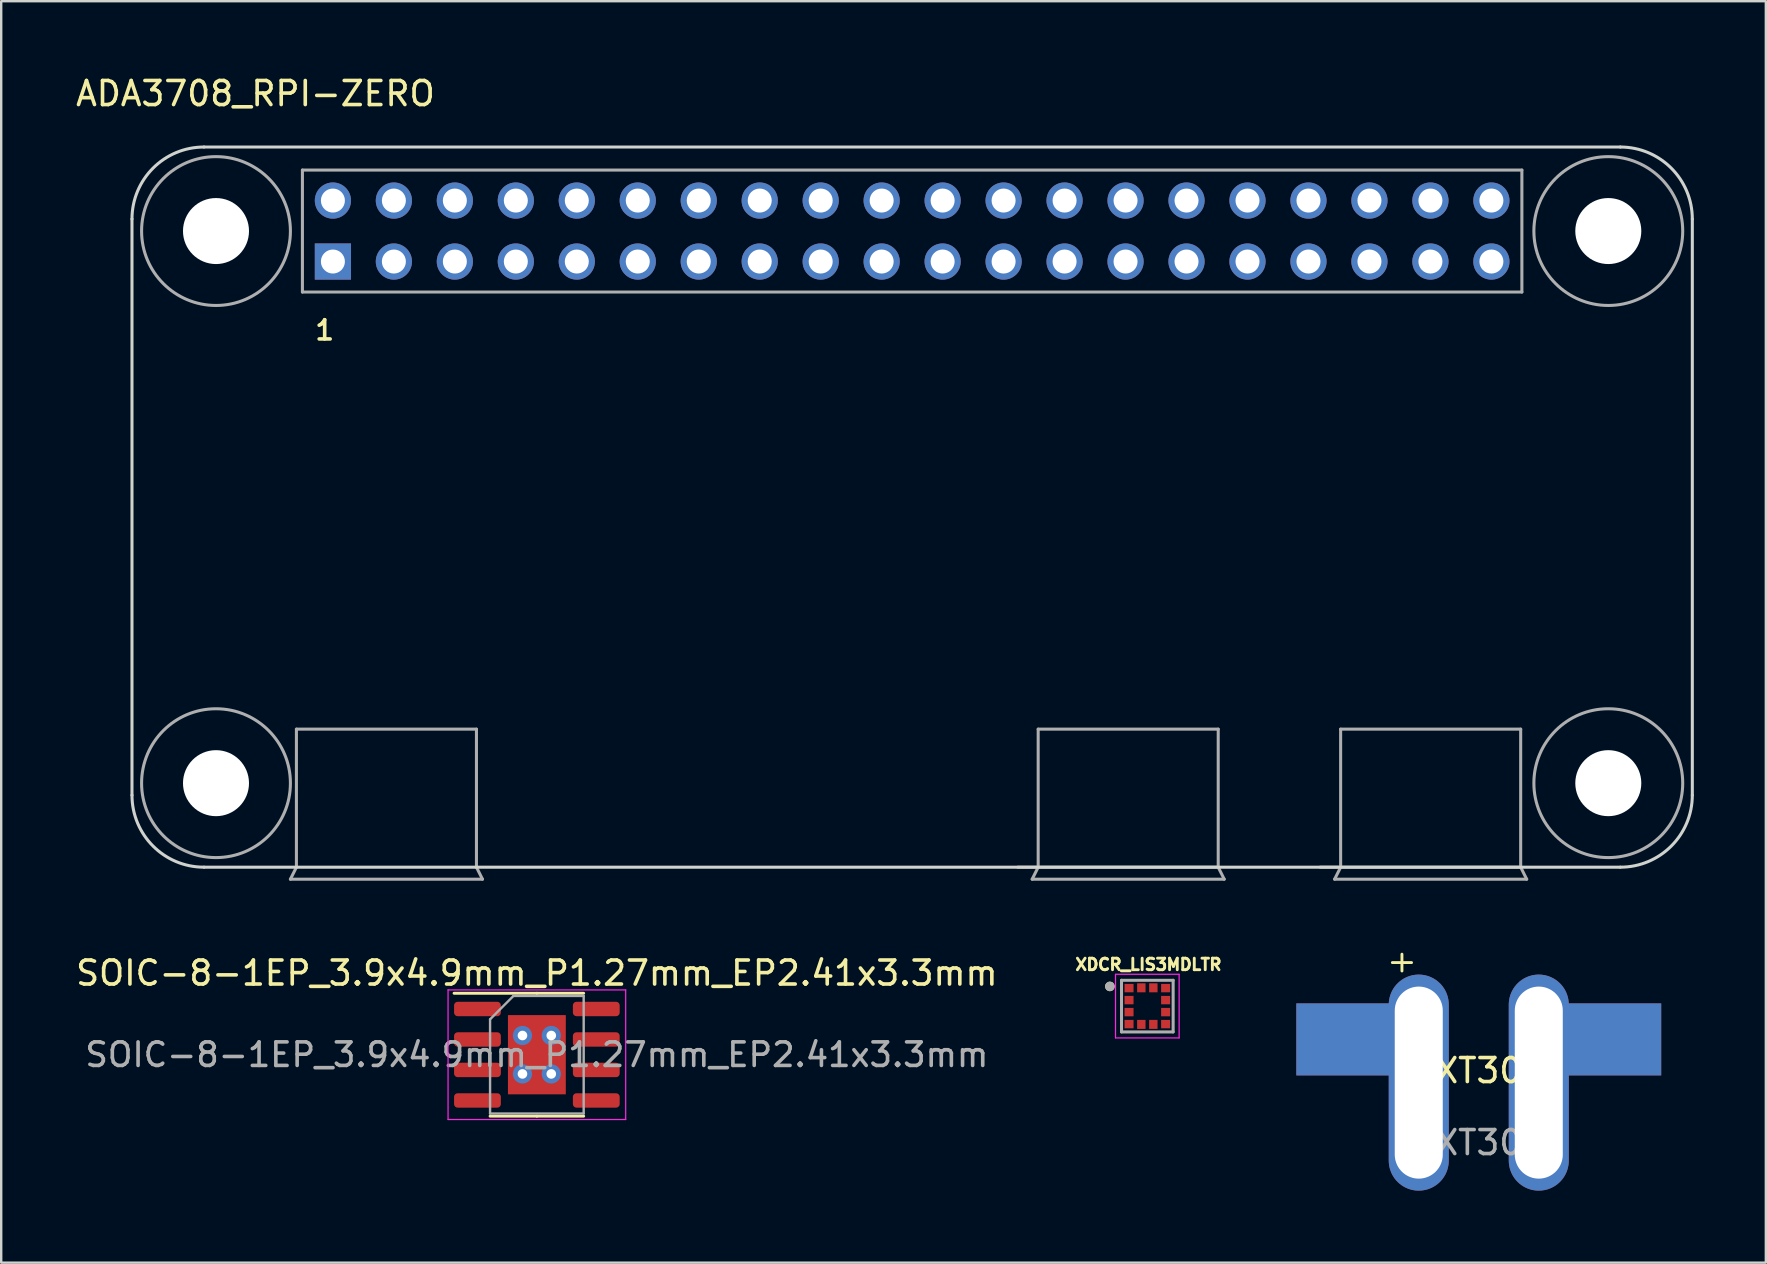
<source format=kicad_pcb>
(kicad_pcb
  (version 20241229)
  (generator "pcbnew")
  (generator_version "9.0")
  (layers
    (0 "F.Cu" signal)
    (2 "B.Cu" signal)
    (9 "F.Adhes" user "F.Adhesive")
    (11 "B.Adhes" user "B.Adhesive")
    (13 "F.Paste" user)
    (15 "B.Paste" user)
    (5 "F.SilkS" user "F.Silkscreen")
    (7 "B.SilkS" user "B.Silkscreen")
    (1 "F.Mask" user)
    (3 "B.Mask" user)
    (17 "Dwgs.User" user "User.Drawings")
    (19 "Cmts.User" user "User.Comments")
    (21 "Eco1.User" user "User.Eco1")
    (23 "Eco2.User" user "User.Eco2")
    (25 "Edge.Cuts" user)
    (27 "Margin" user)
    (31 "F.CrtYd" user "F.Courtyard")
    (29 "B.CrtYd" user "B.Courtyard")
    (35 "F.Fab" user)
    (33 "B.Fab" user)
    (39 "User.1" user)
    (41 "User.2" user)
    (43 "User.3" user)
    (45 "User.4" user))
  (footprint "XDCR_LIS3MDLTR"
    (layer "F.Cu")
    (at 44.745 38.862)
    (property "Reference" "XDCR_LIS3MDLTR" (at 0.047 -1.732 0) (layer "F.SilkS") (effects (font (size 0.48 0.48) (thickness 0.15))))
    (attr through_hole)
    (fp_poly (pts (xy -1 -0.975) (xy -0.525 -0.975) (xy -0.525 -0.525) (xy -1 -0.525)) (stroke (width 0.01) (type solid)) (fill yes) (layer "F.Mask"))
    (fp_poly (pts (xy -1 -0.475) (xy -0.525 -0.475) (xy -0.525 -0.025) (xy -1 -0.025)) (stroke (width 0.01) (type solid)) (fill yes) (layer "F.Mask"))
    (fp_poly (pts (xy -1 0.025) (xy -0.525 0.025) (xy -0.525 0.475) (xy -1 0.475)) (stroke (width 0.01) (type solid)) (fill yes) (layer "F.Mask"))
    (fp_poly (pts (xy -1 0.525) (xy -0.525 0.525) (xy -0.525 0.975) (xy -1 0.975)) (stroke (width 0.01) (type solid)) (fill yes) (layer "F.Mask"))
    (fp_poly (pts (xy -0.475 -1) (xy -0.025 -1) (xy -0.025 -0.525) (xy -0.475 -0.525)) (stroke (width 0.01) (type solid)) (fill yes) (layer "F.Mask"))
    (fp_poly (pts (xy -0.475 0.525) (xy -0.025 0.525) (xy -0.025 1) (xy -0.475 1)) (stroke (width 0.01) (type solid)) (fill yes) (layer "F.Mask"))
    (fp_poly (pts (xy 0.025 -1) (xy 0.475 -1) (xy 0.475 -0.525) (xy 0.025 -0.525)) (stroke (width 0.01) (type solid)) (fill yes) (layer "F.Mask"))
    (fp_poly (pts (xy 0.025 0.525) (xy 0.475 0.525) (xy 0.475 1) (xy 0.025 1)) (stroke (width 0.01) (type solid)) (fill yes) (layer "F.Mask"))
    (fp_poly (pts (xy 0.525 -0.975) (xy 1 -0.975) (xy 1 -0.525) (xy 0.525 -0.525)) (stroke (width 0.01) (type solid)) (fill yes) (layer "F.Mask"))
    (fp_poly (pts (xy 0.525 -0.475) (xy 1 -0.475) (xy 1 -0.025) (xy 0.525 -0.025)) (stroke (width 0.01) (type solid)) (fill yes) (layer "F.Mask"))
    (fp_poly (pts (xy 0.525 0.025) (xy 1 0.025) (xy 1 0.475) (xy 0.525 0.475)) (stroke (width 0.01) (type solid)) (fill yes) (layer "F.Mask"))
    (fp_poly (pts (xy 0.525 0.525) (xy 1 0.525) (xy 1 0.975) (xy 0.525 0.975)) (stroke (width 0.01) (type solid)) (fill yes) (layer "F.Mask"))
    (fp_circle (center -1.56 -0.82) (end -1.46 -0.82) (stroke (width 0.2) (type solid)) (fill no) (layer "F.SilkS"))
    (fp_line (start -1.325 -1.325) (end -1.325 1.325) (stroke (width 0.05) (type solid)) (layer "F.CrtYd"))
    (fp_line (start -1.325 1.325) (end 1.325 1.325) (stroke (width 0.05) (type solid)) (layer "F.CrtYd"))
    (fp_line (start 1.325 -1.325) (end -1.325 -1.325) (stroke (width 0.05) (type solid)) (layer "F.CrtYd"))
    (fp_line (start 1.325 1.325) (end 1.325 -1.325) (stroke (width 0.05) (type solid)) (layer "F.CrtYd"))
    (fp_line (start -1.075 -1.075) (end -1.075 1.075) (stroke (width 0.127) (type solid)) (layer "F.Fab"))
    (fp_line (start -1.075 1.075) (end 1.075 1.075) (stroke (width 0.127) (type solid)) (layer "F.Fab"))
    (fp_line (start 1.075 -1.075) (end -1.075 -1.075) (stroke (width 0.127) (type solid)) (layer "F.Fab"))
    (fp_line (start 1.075 1.075) (end 1.075 -1.075) (stroke (width 0.127) (type solid)) (layer "F.Fab"))
    (fp_circle (center -1.56 -0.82) (end -1.46 -0.82) (stroke (width 0.2) (type solid)) (fill no) (layer "F.Fab"))
    (pad "1" smd rect (at -0.762 -0.75) (size 0.375 0.35) (layers "F.Cu" "F.Paste"))
    (pad "2" smd rect (at -0.762 -0.25) (size 0.375 0.35) (layers "F.Cu" "F.Paste"))
    (pad "3" smd rect (at -0.762 0.25) (size 0.375 0.35) (layers "F.Cu" "F.Paste"))
    (pad "4" smd rect (at -0.762 0.75) (size 0.375 0.35) (layers "F.Cu" "F.Paste"))
    (pad "5" smd rect (at -0.25 0.762 90) (size 0.375 0.35) (layers "F.Cu" "F.Paste"))
    (pad "6" smd rect (at 0.25 0.762 90) (size 0.375 0.35) (layers "F.Cu" "F.Paste"))
    (pad "7" smd rect (at 0.762 0.75 180) (size 0.375 0.35) (layers "F.Cu" "F.Paste"))
    (pad "8" smd rect (at 0.762 0.25 180) (size 0.375 0.35) (layers "F.Cu" "F.Paste"))
    (pad "9" smd rect (at 0.762 -0.25 180) (size 0.375 0.35) (layers "F.Cu" "F.Paste"))
    (pad "10" smd rect (at 0.762 -0.75 180) (size 0.375 0.35) (layers "F.Cu" "F.Paste"))
    (pad "11" smd rect (at 0.25 -0.762 270) (size 0.375 0.35) (layers "F.Cu" "F.Paste"))
    (pad "12" smd rect (at -0.25 -0.762 270) (size 0.375 0.35) (layers "F.Cu" "F.Paste")))
  (footprint "ADA3708_RPI-ZERO"
    (layer "F.Cu")
    (at 34.948 6.575)
    (property "Reference" "ADA3708_RPI-ZERO" (at -27.357 -5.726 0) (layer "F.SilkS") (effects (font (size 1.002 1.002) (thickness 0.15))))
    (attr through_hole)
    (fp_line (start -32.5 -0.5) (end -32.5 23.5) (stroke (width 0.127) (type solid)) (layer "Edge.Cuts"))
    (fp_line (start -29.5 26.5) (end 29.5 26.5) (stroke (width 0.127) (type solid)) (layer "Edge.Cuts"))
    (fp_line (start 29.5 -3.5) (end -29.5 -3.5) (stroke (width 0.127) (type solid)) (layer "Edge.Cuts"))
    (fp_line (start 32.5 23.5) (end 32.5 -0.5) (stroke (width 0.127) (type solid)) (layer "Edge.Cuts"))
    (fp_arc (start -32.5 -0.5) (mid -31.62132 -2.62132) (end -29.5 -3.5) (stroke (width 0.127) (type solid)) (layer "Edge.Cuts"))
    (fp_arc (start -29.5 26.5) (mid -31.62132 25.62132) (end -32.5 23.5) (stroke (width 0.127) (type solid)) (layer "Edge.Cuts"))
    (fp_arc (start 29.5 -3.5) (mid 31.62132 -2.62132) (end 32.5 -0.5) (stroke (width 0.127) (type solid)) (layer "Edge.Cuts"))
    (fp_arc (start 32.5 23.5) (mid 31.62132 25.62132) (end 29.5 26.5) (stroke (width 0.127) (type solid)) (layer "Edge.Cuts"))
    (fp_line (start -25.9 27) (end -17.9 27) (stroke (width 0.127) (type solid)) (layer "F.Fab"))
    (fp_line (start -25.65 20.75) (end -18.15 20.75) (stroke (width 0.127) (type solid)) (layer "F.Fab"))
    (fp_line (start -25.65 26.5) (end -25.9 27) (stroke (width 0.127) (type solid)) (layer "F.Fab"))
    (fp_line (start -25.65 26.5) (end -25.65 20.75) (stroke (width 0.127) (type solid)) (layer "F.Fab"))
    (fp_line (start -25.4 -2.54) (end -25.4 2.54) (stroke (width 0.127) (type solid)) (layer "F.Fab"))
    (fp_line (start -25.4 2.54) (end 25.4 2.54) (stroke (width 0.127) (type solid)) (layer "F.Fab"))
    (fp_line (start -18.15 20.75) (end -18.15 26.5) (stroke (width 0.127) (type solid)) (layer "F.Fab"))
    (fp_line (start -17.9 27) (end -18.15 26.5) (stroke (width 0.127) (type solid)) (layer "F.Fab"))
    (fp_line (start 4.4 26.5) (end 5.25 26.5) (stroke (width 0.127) (type solid)) (layer "F.Fab"))
    (fp_line (start 5 27) (end 13 27) (stroke (width 0.127) (type solid)) (layer "F.Fab"))
    (fp_line (start 5.25 20.75) (end 12.75 20.75) (stroke (width 0.127) (type solid)) (layer "F.Fab"))
    (fp_line (start 5.25 26.5) (end 5 27) (stroke (width 0.127) (type solid)) (layer "F.Fab"))
    (fp_line (start 5.25 26.5) (end 5.25 20.75) (stroke (width 0.127) (type solid)) (layer "F.Fab"))
    (fp_line (start 5.25 26.5) (end 12.75 26.5) (stroke (width 0.127) (type solid)) (layer "F.Fab"))
    (fp_line (start 12.75 20.75) (end 12.75 26.5) (stroke (width 0.127) (type solid)) (layer "F.Fab"))
    (fp_line (start 13 27) (end 12.75 26.5) (stroke (width 0.127) (type solid)) (layer "F.Fab"))
    (fp_line (start 17 26.5) (end 17.85 26.5) (stroke (width 0.127) (type solid)) (layer "F.Fab"))
    (fp_line (start 17.6 27) (end 25.6 27) (stroke (width 0.127) (type solid)) (layer "F.Fab"))
    (fp_line (start 17.85 20.75) (end 25.35 20.75) (stroke (width 0.127) (type solid)) (layer "F.Fab"))
    (fp_line (start 17.85 26.5) (end 17.6 27) (stroke (width 0.127) (type solid)) (layer "F.Fab"))
    (fp_line (start 17.85 26.5) (end 17.85 20.75) (stroke (width 0.127) (type solid)) (layer "F.Fab"))
    (fp_line (start 17.85 26.5) (end 25.35 26.5) (stroke (width 0.127) (type solid)) (layer "F.Fab"))
    (fp_line (start 25.35 20.75) (end 25.35 26.5) (stroke (width 0.127) (type solid)) (layer "F.Fab"))
    (fp_line (start 25.4 -2.54) (end -25.4 -2.54) (stroke (width 0.127) (type solid)) (layer "F.Fab"))
    (fp_line (start 25.4 2.54) (end 25.4 -2.54) (stroke (width 0.127) (type solid)) (layer "F.Fab"))
    (fp_line (start 25.6 27) (end 25.35 26.5) (stroke (width 0.127) (type solid)) (layer "F.Fab"))
    (fp_circle (center -29 0) (end -25.9 0) (stroke (width 0.127) (type solid)) (fill no) (layer "F.Fab"))
    (fp_circle (center -29 23) (end -25.9 23) (stroke (width 0.127) (type solid)) (fill no) (layer "F.Fab"))
    (fp_circle (center 29 0) (end 32.1 0) (stroke (width 0.127) (type solid)) (fill no) (layer "F.Fab"))
    (fp_circle (center 29 23) (end 32.1 23) (stroke (width 0.127) (type solid)) (fill no) (layer "F.Fab"))
    (fp_text user "1" (at -24.473 4.132 0) (layer "F.SilkS") (effects (font (size 0.801 0.801) (thickness 0.15))))
    (pad "" np_thru_hole circle (at -29 0) (size 2.75 2.75) (drill 2.75) (layers "*.Cu" "*.Mask"))
    (pad "" np_thru_hole circle (at -29 23) (size 2.75 2.75) (drill 2.75) (layers "*.Cu" "*.Mask"))
    (pad "" np_thru_hole circle (at 29 0) (size 2.75 2.75) (drill 2.75) (layers "*.Cu" "*.Mask"))
    (pad "" np_thru_hole circle (at 29 23) (size 2.75 2.75) (drill 2.75) (layers "*.Cu" "*.Mask"))
    (pad "1" thru_hole rect (at -24.13 1.27) (size 1.508 1.508) (drill 1) (layers "*.Cu" "*.Mask"))
    (pad "2" thru_hole circle (at -24.13 -1.27) (size 1.508 1.508) (drill 1) (layers "*.Cu" "*.Mask"))
    (pad "3" thru_hole circle (at -21.59 1.27) (size 1.508 1.508) (drill 1) (layers "*.Cu" "*.Mask"))
    (pad "4" thru_hole circle (at -21.59 -1.27) (size 1.508 1.508) (drill 1) (layers "*.Cu" "*.Mask"))
    (pad "5" thru_hole circle (at -19.05 1.27) (size 1.508 1.508) (drill 1) (layers "*.Cu" "*.Mask"))
    (pad "6" thru_hole circle (at -19.05 -1.27) (size 1.508 1.508) (drill 1) (layers "*.Cu" "*.Mask"))
    (pad "7" thru_hole circle (at -16.51 1.27) (size 1.508 1.508) (drill 1) (layers "*.Cu" "*.Mask"))
    (pad "8" thru_hole circle (at -16.51 -1.27) (size 1.508 1.508) (drill 1) (layers "*.Cu" "*.Mask"))
    (pad "9" thru_hole circle (at -13.97 1.27) (size 1.508 1.508) (drill 1) (layers "*.Cu" "*.Mask"))
    (pad "10" thru_hole circle (at -13.97 -1.27) (size 1.508 1.508) (drill 1) (layers "*.Cu" "*.Mask"))
    (pad "11" thru_hole circle (at -11.43 1.27) (size 1.508 1.508) (drill 1) (layers "*.Cu" "*.Mask"))
    (pad "12" thru_hole circle (at -11.43 -1.27) (size 1.508 1.508) (drill 1) (layers "*.Cu" "*.Mask"))
    (pad "13" thru_hole circle (at -8.89 1.27) (size 1.508 1.508) (drill 1) (layers "*.Cu" "*.Mask"))
    (pad "14" thru_hole circle (at -8.89 -1.27) (size 1.508 1.508) (drill 1) (layers "*.Cu" "*.Mask"))
    (pad "15" thru_hole circle (at -6.35 1.27) (size 1.508 1.508) (drill 1) (layers "*.Cu" "*.Mask"))
    (pad "16" thru_hole circle (at -6.35 -1.27) (size 1.508 1.508) (drill 1) (layers "*.Cu" "*.Mask"))
    (pad "17" thru_hole circle (at -3.81 1.27) (size 1.508 1.508) (drill 1) (layers "*.Cu" "*.Mask"))
    (pad "18" thru_hole circle (at -3.81 -1.27) (size 1.508 1.508) (drill 1) (layers "*.Cu" "*.Mask"))
    (pad "19" thru_hole circle (at -1.27 1.27) (size 1.508 1.508) (drill 1) (layers "*.Cu" "*.Mask"))
    (pad "20" thru_hole circle (at -1.27 -1.27) (size 1.508 1.508) (drill 1) (layers "*.Cu" "*.Mask"))
    (pad "21" thru_hole circle (at 1.27 1.27) (size 1.508 1.508) (drill 1) (layers "*.Cu" "*.Mask"))
    (pad "22" thru_hole circle (at 1.27 -1.27) (size 1.508 1.508) (drill 1) (layers "*.Cu" "*.Mask"))
    (pad "23" thru_hole circle (at 3.81 1.27) (size 1.508 1.508) (drill 1) (layers "*.Cu" "*.Mask"))
    (pad "24" thru_hole circle (at 3.81 -1.27) (size 1.508 1.508) (drill 1) (layers "*.Cu" "*.Mask"))
    (pad "25" thru_hole circle (at 6.35 1.27) (size 1.508 1.508) (drill 1) (layers "*.Cu" "*.Mask"))
    (pad "26" thru_hole circle (at 6.35 -1.27) (size 1.508 1.508) (drill 1) (layers "*.Cu" "*.Mask"))
    (pad "27" thru_hole circle (at 8.89 1.27) (size 1.508 1.508) (drill 1) (layers "*.Cu" "*.Mask"))
    (pad "28" thru_hole circle (at 8.89 -1.27) (size 1.508 1.508) (drill 1) (layers "*.Cu" "*.Mask"))
    (pad "29" thru_hole circle (at 11.43 1.27) (size 1.508 1.508) (drill 1) (layers "*.Cu" "*.Mask"))
    (pad "30" thru_hole circle (at 11.43 -1.27) (size 1.508 1.508) (drill 1) (layers "*.Cu" "*.Mask"))
    (pad "31" thru_hole circle (at 13.97 1.27) (size 1.508 1.508) (drill 1) (layers "*.Cu" "*.Mask"))
    (pad "32" thru_hole circle (at 13.97 -1.27) (size 1.508 1.508) (drill 1) (layers "*.Cu" "*.Mask"))
    (pad "33" thru_hole circle (at 16.51 1.27) (size 1.508 1.508) (drill 1) (layers "*.Cu" "*.Mask"))
    (pad "34" thru_hole circle (at 16.51 -1.27) (size 1.508 1.508) (drill 1) (layers "*.Cu" "*.Mask"))
    (pad "35" thru_hole circle (at 19.05 1.27) (size 1.508 1.508) (drill 1) (layers "*.Cu" "*.Mask"))
    (pad "36" thru_hole circle (at 19.05 -1.27) (size 1.508 1.508) (drill 1) (layers "*.Cu" "*.Mask"))
    (pad "37" thru_hole circle (at 21.59 1.27) (size 1.508 1.508) (drill 1) (layers "*.Cu" "*.Mask"))
    (pad "38" thru_hole circle (at 21.59 -1.27) (size 1.508 1.508) (drill 1) (layers "*.Cu" "*.Mask"))
    (pad "39" thru_hole circle (at 24.13 1.27) (size 1.508 1.508) (drill 1) (layers "*.Cu" "*.Mask"))
    (pad "40" thru_hole circle (at 24.13 -1.27) (size 1.508 1.508) (drill 1) (layers "*.Cu" "*.Mask")))
  (footprint "SOIC-8-1EP_3.9x4.9mm_P1.27mm_EP2.41x3.3mm"
    (layer "F.Cu")
    (at 19.315 40.887)
    (property "Reference" "SOIC-8-1EP_3.9x4.9mm_P1.27mm_EP2.41x3.3mm" (at 0 -3.4 0) (layer "F.SilkS") (effects (font (size 1 1) (thickness 0.15))))
    (attr smd)
    (fp_line (start 0 -2.56) (end -3.45 -2.56) (stroke (width 0.12) (type solid)) (layer "F.SilkS"))
    (fp_line (start 0 -2.56) (end 1.95 -2.56) (stroke (width 0.12) (type solid)) (layer "F.SilkS"))
    (fp_line (start 0 2.56) (end -1.95 2.56) (stroke (width 0.12) (type solid)) (layer "F.SilkS"))
    (fp_line (start 0 2.56) (end 1.95 2.56) (stroke (width 0.12) (type solid)) (layer "F.SilkS"))
    (fp_line (start -3.7 -2.7) (end -3.7 2.7) (stroke (width 0.05) (type solid)) (layer "F.CrtYd"))
    (fp_line (start -3.7 2.7) (end 3.7 2.7) (stroke (width 0.05) (type solid)) (layer "F.CrtYd"))
    (fp_line (start 3.7 -2.7) (end -3.7 -2.7) (stroke (width 0.05) (type solid)) (layer "F.CrtYd"))
    (fp_line (start 3.7 2.7) (end 3.7 -2.7) (stroke (width 0.05) (type solid)) (layer "F.CrtYd"))
    (fp_line (start -1.95 -1.475) (end -0.975 -2.45) (stroke (width 0.1) (type solid)) (layer "F.Fab"))
    (fp_line (start -1.95 2.45) (end -1.95 -1.475) (stroke (width 0.1) (type solid)) (layer "F.Fab"))
    (fp_line (start -0.975 -2.45) (end 1.95 -2.45) (stroke (width 0.1) (type solid)) (layer "F.Fab"))
    (fp_line (start 1.95 -2.45) (end 1.95 2.45) (stroke (width 0.1) (type solid)) (layer "F.Fab"))
    (fp_line (start 1.95 2.45) (end -1.95 2.45) (stroke (width 0.1) (type solid)) (layer "F.Fab"))
    (fp_text user "${REFERENCE}" (at 0 0 0) (layer "F.Fab") (effects (font (size 0.98 0.98) (thickness 0.15))))
    (pad "" smd roundrect (at -0.6 -0.825) (size 0.97 1.33) (layers "F.Paste") (roundrect_rratio 0.25))
    (pad "" smd roundrect (at -0.6 0.825) (size 0.97 1.33) (layers "F.Paste") (roundrect_rratio 0.25))
    (pad "" smd roundrect (at 0.6 -0.825) (size 0.97 1.33) (layers "F.Paste") (roundrect_rratio 0.25))
    (pad "" smd roundrect (at 0.6 0.825) (size 0.97 1.33) (layers "F.Paste") (roundrect_rratio 0.25))
    (pad "1" smd roundrect (at -2.475 -1.905) (size 1.95 0.6) (layers "F.Cu" "F.Mask" "F.Paste") (roundrect_rratio 0.25))
    (pad "2" smd roundrect (at -2.475 -0.635) (size 1.95 0.6) (layers "F.Cu" "F.Mask" "F.Paste") (roundrect_rratio 0.25))
    (pad "3" smd roundrect (at -2.475 0.635) (size 1.95 0.6) (layers "F.Cu" "F.Mask" "F.Paste") (roundrect_rratio 0.25))
    (pad "4" smd roundrect (at -2.475 1.905) (size 1.95 0.6) (layers "F.Cu" "F.Mask" "F.Paste") (roundrect_rratio 0.25))
    (pad "5" smd roundrect (at 2.475 1.905) (size 1.95 0.6) (layers "F.Cu" "F.Mask" "F.Paste") (roundrect_rratio 0.25))
    (pad "6" smd roundrect (at 2.475 0.635) (size 1.95 0.6) (layers "F.Cu" "F.Mask" "F.Paste") (roundrect_rratio 0.25))
    (pad "7" smd roundrect (at 2.475 -0.635) (size 1.95 0.6) (layers "F.Cu" "F.Mask" "F.Paste") (roundrect_rratio 0.25))
    (pad "8" smd roundrect (at 2.475 -1.905) (size 1.95 0.6) (layers "F.Cu" "F.Mask" "F.Paste") (roundrect_rratio 0.25))
    (pad "9" thru_hole circle (at -0.6 -0.8) (size 0.8 0.8) (drill 0.4) (layers "*.Cu" "*.Mask"))
    (pad "9" thru_hole circle (at -0.6 0.8) (size 0.8 0.8) (drill 0.4) (layers "*.Cu" "*.Mask"))
    (pad "9" smd rect (at 0 0) (size 2.41 3.3) (layers "F.Cu" "F.Mask"))
    (pad "9" thru_hole circle (at 0.6 -0.8) (size 0.8 0.8) (drill 0.4) (layers "*.Cu" "*.Mask"))
    (pad "9" thru_hole circle (at 0.6 0.8) (size 0.8 0.8) (drill 0.4) (layers "*.Cu" "*.Mask")))
  (footprint "XT30"
    (layer "F.Cu")
    (at 58.552 42.049)
    (property "Reference" "XT30" (at 0 -0.5 0) (unlocked yes) (layer "F.SilkS") (effects (font (size 1 1) (thickness 0.15))))
    (attr through_hole)
    (fp_line (start -3.6 -5) (end -2.8 -5) (stroke (width 0.12) (type solid)) (layer "F.SilkS"))
    (fp_line (start -3.2 -5.35) (end -3.2 -4.65) (stroke (width 0.12) (type solid)) (layer "F.SilkS"))
    (fp_text user "${REFERENCE}" (at 0 2.5 0) (unlocked yes) (layer "F.Fab") (effects (font (size 1 1) (thickness 0.15))))
    (pad "1" smd rect (at -5.6 -1.8) (size 4 3) (layers "F.Cu" "F.Mask" "F.Paste"))
    (pad "1" smd rect (at -5.6 -1.8) (size 4 3) (layers "F.Mask" "B.Cu" "F.Paste"))
    (pad "1" thru_hole oval (at -2.5 0) (size 2.5 9) (drill oval 2 8) (layers "*.Cu" "*.Mask"))
    (pad "2" thru_hole oval (at 2.5 0) (size 2.5 9) (drill oval 2 8) (layers "*.Cu" "*.Mask"))
    (pad "2" smd rect (at 5.6 -1.8) (size 4 3) (layers "F.Cu" "F.Mask" "F.Paste"))
    (pad "2" smd rect (at 5.6 -1.8) (size 4 3) (layers "F.Mask" "B.Cu" "F.Paste")))
  (gr_rect
    (start -3 -3)
    (end 70.511 49.549)
    (stroke (width 0.1) (type default))
    (fill no)
    (layer "Edge.Cuts")))
</source>
